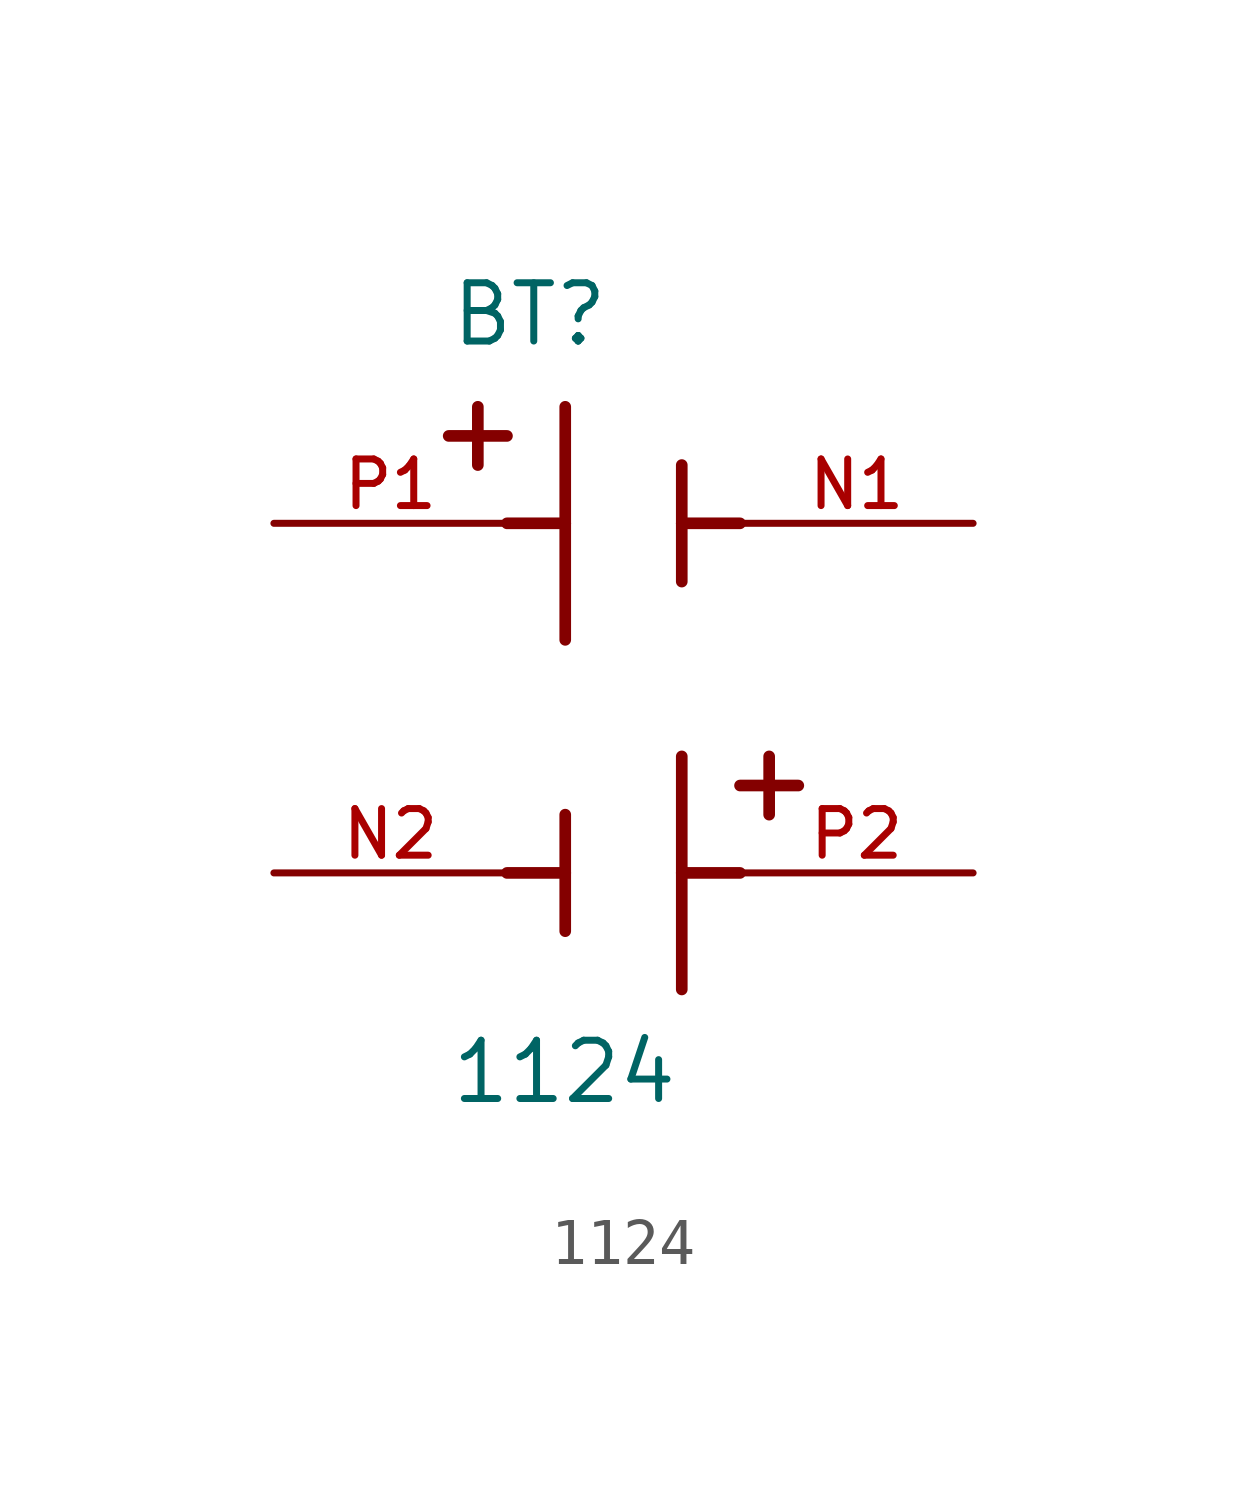
<source format=kicad_sym>
(kicad_symbol_lib
  (version 20211014)
  (generator kicad_symbol_editor)
  (symbol "1124"
    (pin_names
      (offset 1.016))
    (property "Reference" "BT"
      (at -3.81 8.89 0)
      (effects (font (size 1.27 1.27)) (justify bottom left)))
    (property "Value" "1124"
      (at -3.81 -7.62 0)
      (effects (font (size 1.27 1.27)) (justify bottom left)))
    (symbol "1124_0_0"
      (polyline (pts (xy -1.27 7.62) (xy -1.27 5.08)) (stroke (width 0.254)))
      (polyline (pts (xy -1.27 5.08) (xy -1.27 2.54)) (stroke (width 0.254)))
      (polyline (pts (xy 1.27 6.35) (xy 1.27 5.08)) (stroke (width 0.254)))
      (polyline (pts (xy 1.27 5.08) (xy 1.27 3.81)) (stroke (width 0.254)))
      (polyline (pts (xy -1.27 5.08) (xy -2.54 5.08)) (stroke (width 0.254)))
      (polyline (pts (xy 1.27 5.08) (xy 2.54 5.08)) (stroke (width 0.254)))
      (polyline (pts (xy -3.175 7.62) (xy -3.175 6.35)) (stroke (width 0.254)))
      (polyline (pts (xy -3.81 6.985) (xy -2.54 6.985)) (stroke (width 0.254)))
      (polyline (pts (xy 1.27 -5.08) (xy 1.27 -2.54)) (stroke (width 0.254)))
      (polyline (pts (xy 1.27 -2.54) (xy 1.27 0.0)) (stroke (width 0.254)))
      (polyline (pts (xy -1.27 -3.81) (xy -1.27 -2.54)) (stroke (width 0.254)))
      (polyline (pts (xy -1.27 -2.54) (xy -1.27 -1.27)) (stroke (width 0.254)))
      (polyline (pts (xy 1.27 -2.54) (xy 2.54 -2.54)) (stroke (width 0.254)))
      (polyline (pts (xy -1.27 -2.54) (xy -2.54 -2.54)) (stroke (width 0.254)))
      (polyline (pts (xy 3.175 -1.27) (xy 3.175 0.0)) (stroke (width 0.254)))
      (polyline (pts (xy 3.81 -0.635) (xy 2.54 -0.635)) (stroke (width 0.254)))
      (pin passive line (at -7.62 5.08 0) (length 5.08) (name "~" (effects (font (size 1.016 1.016)))) (number "P1" (effects (font (size 1.016 1.016)))))
      (pin passive line (at 7.62 5.08 180.0) (length 5.08) (name "~" (effects (font (size 1.016 1.016)))) (number "N1" (effects (font (size 1.016 1.016)))))
      (pin passive line (at 7.62 -2.54 180.0) (length 5.08) (name "~" (effects (font (size 1.016 1.016)))) (number "P2" (effects (font (size 1.016 1.016)))))
      (pin passive line (at -7.62 -2.54 0) (length 5.08) (name "~" (effects (font (size 1.016 1.016)))) (number "N2" (effects (font (size 1.016 1.016))))))))
</source>
